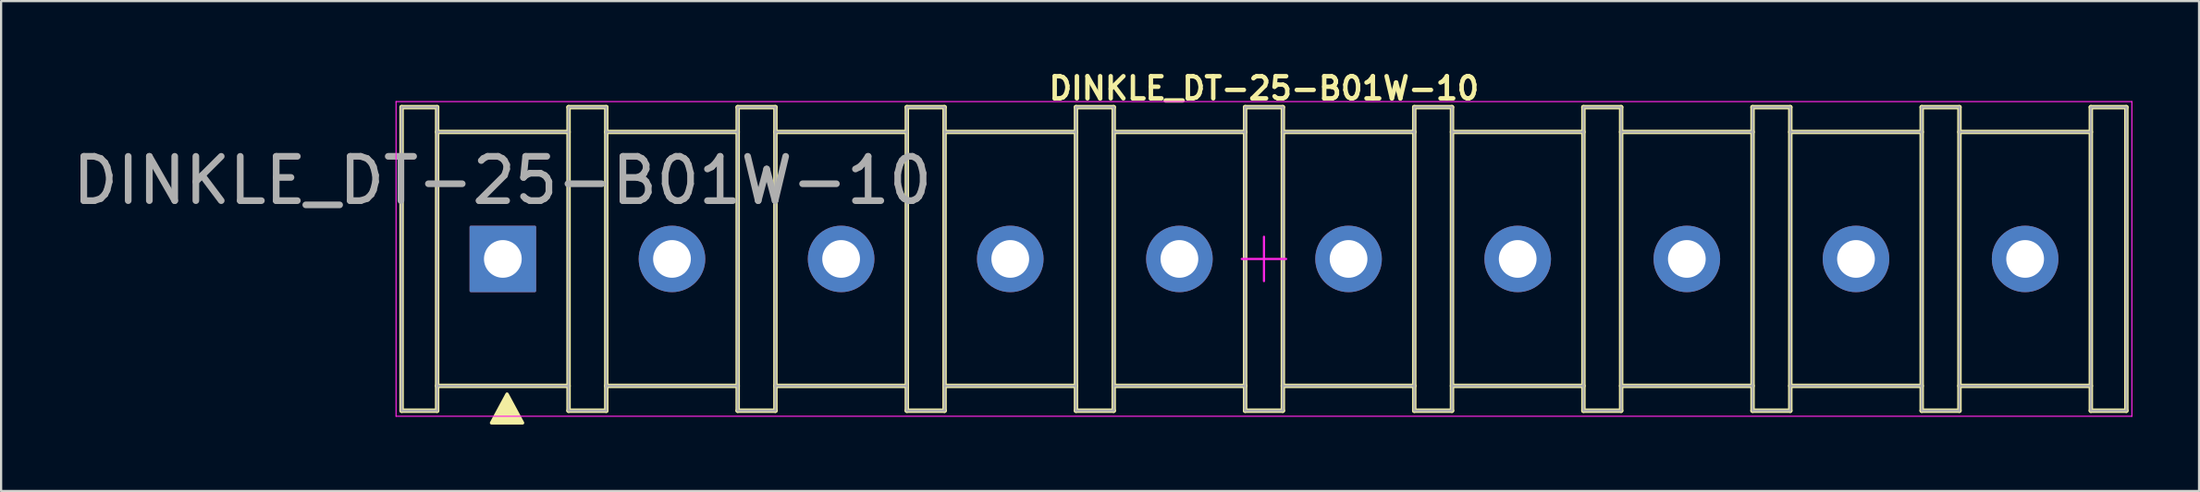
<source format=kicad_pcb>
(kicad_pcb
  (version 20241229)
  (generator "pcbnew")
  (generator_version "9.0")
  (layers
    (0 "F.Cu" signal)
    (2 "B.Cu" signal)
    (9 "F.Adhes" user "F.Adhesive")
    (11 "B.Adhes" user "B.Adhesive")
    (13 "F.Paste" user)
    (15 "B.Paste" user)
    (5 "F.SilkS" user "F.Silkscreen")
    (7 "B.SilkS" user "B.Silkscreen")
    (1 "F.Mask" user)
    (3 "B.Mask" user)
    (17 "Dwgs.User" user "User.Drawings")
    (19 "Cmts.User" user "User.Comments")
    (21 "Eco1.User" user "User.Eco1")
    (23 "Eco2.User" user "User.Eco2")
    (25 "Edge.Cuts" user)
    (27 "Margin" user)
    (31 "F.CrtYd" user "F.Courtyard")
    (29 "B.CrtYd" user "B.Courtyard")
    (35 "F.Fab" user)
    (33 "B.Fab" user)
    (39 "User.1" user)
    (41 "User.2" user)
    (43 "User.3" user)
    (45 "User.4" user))
  (footprint "DINKLE_DT-25-B01W-10"
    (layer "F.Cu")
    (at 53.893 8.636)
    (property "Reference" "DINKLE_DT-25-B01W-10" (at 0 -7.7 0) (layer "F.SilkS") (effects (font (size 1 1) (thickness 0.2))))
    (attr through_hole)
    (fp_line (start -38.85 -6.85) (end -38.85 6.85) (stroke (width 0.2) (type solid)) (layer "F.SilkS"))
    (fp_line (start -37.25 -6.85) (end -38.85 -6.85) (stroke (width 0.2) (type solid)) (layer "F.SilkS"))
    (fp_line (start -37.25 -6.85) (end -37.25 6.85) (stroke (width 0.2) (type solid)) (layer "F.SilkS"))
    (fp_line (start -37.25 -5.73) (end -31.33 -5.73) (stroke (width 0.2) (type solid)) (layer "F.SilkS"))
    (fp_line (start -37.25 5.73) (end -31.33 5.73) (stroke (width 0.2) (type solid)) (layer "F.SilkS"))
    (fp_line (start -37.25 6.85) (end -38.85 6.85) (stroke (width 0.2) (type solid)) (layer "F.SilkS"))
    (fp_line (start -31.33 -6.85) (end -31.33 6.85) (stroke (width 0.2) (type solid)) (layer "F.SilkS"))
    (fp_line (start -29.63 -6.85) (end -31.33 -6.85) (stroke (width 0.2) (type solid)) (layer "F.SilkS"))
    (fp_line (start -29.63 -6.85) (end -29.63 6.85) (stroke (width 0.2) (type solid)) (layer "F.SilkS"))
    (fp_line (start -29.63 -5.73) (end -23.71 -5.73) (stroke (width 0.2) (type solid)) (layer "F.SilkS"))
    (fp_line (start -29.63 5.73) (end -23.71 5.73) (stroke (width 0.2) (type solid)) (layer "F.SilkS"))
    (fp_line (start -29.63 6.85) (end -31.33 6.85) (stroke (width 0.2) (type solid)) (layer "F.SilkS"))
    (fp_line (start -23.71 -6.85) (end -23.71 6.85) (stroke (width 0.2) (type solid)) (layer "F.SilkS"))
    (fp_line (start -22.01 -6.85) (end -23.71 -6.85) (stroke (width 0.2) (type solid)) (layer "F.SilkS"))
    (fp_line (start -22.01 -6.85) (end -22.01 6.85) (stroke (width 0.2) (type solid)) (layer "F.SilkS"))
    (fp_line (start -22.01 -5.73) (end -16.09 -5.73) (stroke (width 0.2) (type solid)) (layer "F.SilkS"))
    (fp_line (start -22.01 5.73) (end -16.09 5.73) (stroke (width 0.2) (type solid)) (layer "F.SilkS"))
    (fp_line (start -22.01 6.85) (end -23.71 6.85) (stroke (width 0.2) (type solid)) (layer "F.SilkS"))
    (fp_line (start -16.09 -6.85) (end -16.09 6.85) (stroke (width 0.2) (type solid)) (layer "F.SilkS"))
    (fp_line (start -14.39 -6.85) (end -16.09 -6.85) (stroke (width 0.2) (type solid)) (layer "F.SilkS"))
    (fp_line (start -14.39 -6.85) (end -14.39 6.85) (stroke (width 0.2) (type solid)) (layer "F.SilkS"))
    (fp_line (start -14.39 -5.73) (end -8.47 -5.73) (stroke (width 0.2) (type solid)) (layer "F.SilkS"))
    (fp_line (start -14.39 5.73) (end -8.47 5.73) (stroke (width 0.2) (type solid)) (layer "F.SilkS"))
    (fp_line (start -14.39 6.85) (end -16.09 6.85) (stroke (width 0.2) (type solid)) (layer "F.SilkS"))
    (fp_line (start -8.47 -6.85) (end -8.47 6.85) (stroke (width 0.2) (type solid)) (layer "F.SilkS"))
    (fp_line (start -6.77 -6.85) (end -8.47 -6.85) (stroke (width 0.2) (type solid)) (layer "F.SilkS"))
    (fp_line (start -6.77 -6.85) (end -6.77 6.85) (stroke (width 0.2) (type solid)) (layer "F.SilkS"))
    (fp_line (start -6.77 -5.73) (end -0.85 -5.73) (stroke (width 0.2) (type solid)) (layer "F.SilkS"))
    (fp_line (start -6.77 5.73) (end -0.85 5.73) (stroke (width 0.2) (type solid)) (layer "F.SilkS"))
    (fp_line (start -6.77 6.85) (end -8.47 6.85) (stroke (width 0.2) (type solid)) (layer "F.SilkS"))
    (fp_line (start -0.85 -6.85) (end -0.85 6.85) (stroke (width 0.2) (type solid)) (layer "F.SilkS"))
    (fp_line (start 0.85 -6.85) (end -0.85 -6.85) (stroke (width 0.2) (type solid)) (layer "F.SilkS"))
    (fp_line (start 0.85 -6.85) (end 0.85 6.85) (stroke (width 0.2) (type solid)) (layer "F.SilkS"))
    (fp_line (start 0.85 -5.73) (end 6.77 -5.73) (stroke (width 0.2) (type solid)) (layer "F.SilkS"))
    (fp_line (start 0.85 5.73) (end 6.77 5.73) (stroke (width 0.2) (type solid)) (layer "F.SilkS"))
    (fp_line (start 0.85 6.85) (end -0.85 6.85) (stroke (width 0.2) (type solid)) (layer "F.SilkS"))
    (fp_line (start 6.77 -6.85) (end 6.77 6.85) (stroke (width 0.2) (type solid)) (layer "F.SilkS"))
    (fp_line (start 8.47 -6.85) (end 6.77 -6.85) (stroke (width 0.2) (type solid)) (layer "F.SilkS"))
    (fp_line (start 8.47 -6.85) (end 8.47 6.85) (stroke (width 0.2) (type solid)) (layer "F.SilkS"))
    (fp_line (start 8.47 -5.73) (end 14.39 -5.73) (stroke (width 0.2) (type solid)) (layer "F.SilkS"))
    (fp_line (start 8.47 5.73) (end 14.39 5.73) (stroke (width 0.2) (type solid)) (layer "F.SilkS"))
    (fp_line (start 8.47 6.85) (end 6.77 6.85) (stroke (width 0.2) (type solid)) (layer "F.SilkS"))
    (fp_line (start 14.39 -6.85) (end 14.39 6.85) (stroke (width 0.2) (type solid)) (layer "F.SilkS"))
    (fp_line (start 16.09 -6.85) (end 14.39 -6.85) (stroke (width 0.2) (type solid)) (layer "F.SilkS"))
    (fp_line (start 16.09 -6.85) (end 16.09 6.85) (stroke (width 0.2) (type solid)) (layer "F.SilkS"))
    (fp_line (start 16.09 -5.73) (end 22.01 -5.73) (stroke (width 0.2) (type solid)) (layer "F.SilkS"))
    (fp_line (start 16.09 5.73) (end 22.01 5.73) (stroke (width 0.2) (type solid)) (layer "F.SilkS"))
    (fp_line (start 16.09 6.85) (end 14.39 6.85) (stroke (width 0.2) (type solid)) (layer "F.SilkS"))
    (fp_line (start 22.01 -6.85) (end 22.01 6.85) (stroke (width 0.2) (type solid)) (layer "F.SilkS"))
    (fp_line (start 23.71 -6.85) (end 22.01 -6.85) (stroke (width 0.2) (type solid)) (layer "F.SilkS"))
    (fp_line (start 23.71 -6.85) (end 23.71 6.85) (stroke (width 0.2) (type solid)) (layer "F.SilkS"))
    (fp_line (start 23.71 6.85) (end 22.01 6.85) (stroke (width 0.2) (type solid)) (layer "F.SilkS"))
    (fp_line (start 29.63 -6.85) (end 31.33 -6.85) (stroke (width 0.2) (type solid)) (layer "F.SilkS"))
    (fp_line (start 29.63 -5.73) (end 23.71 -5.73) (stroke (width 0.2) (type solid)) (layer "F.SilkS"))
    (fp_line (start 29.63 5.73) (end 23.71 5.73) (stroke (width 0.2) (type solid)) (layer "F.SilkS"))
    (fp_line (start 29.63 6.85) (end 29.63 -6.85) (stroke (width 0.2) (type solid)) (layer "F.SilkS"))
    (fp_line (start 29.63 6.85) (end 31.33 6.85) (stroke (width 0.2) (type solid)) (layer "F.SilkS"))
    (fp_line (start 31.33 6.85) (end 31.33 -6.85) (stroke (width 0.2) (type solid)) (layer "F.SilkS"))
    (fp_line (start 37.25 -6.85) (end 38.85 -6.85) (stroke (width 0.2) (type solid)) (layer "F.SilkS"))
    (fp_line (start 37.25 -5.73) (end 31.33 -5.73) (stroke (width 0.2) (type solid)) (layer "F.SilkS"))
    (fp_line (start 37.25 5.73) (end 31.33 5.73) (stroke (width 0.2) (type solid)) (layer "F.SilkS"))
    (fp_line (start 37.25 6.85) (end 37.25 -6.85) (stroke (width 0.2) (type solid)) (layer "F.SilkS"))
    (fp_line (start 37.25 6.85) (end 38.85 6.85) (stroke (width 0.2) (type solid)) (layer "F.SilkS"))
    (fp_line (start 38.85 6.85) (end 38.85 -6.85) (stroke (width 0.2) (type solid)) (layer "F.SilkS"))
    (fp_poly (pts (xy -33.4 7.4) (xy -34.1 6.1) (xy -34.8 7.4)) (stroke (width 0.15) (type solid)) (fill yes) (layer "F.SilkS"))
    (fp_line (start -39.1 -7.1) (end 39.1 -7.1) (stroke (width 0.05) (type solid)) (layer "F.CrtYd"))
    (fp_line (start -39.1 7.1) (end -39.1 -7.1) (stroke (width 0.05) (type solid)) (layer "F.CrtYd"))
    (fp_line (start -1 0) (end 1 0) (stroke (width 0.1) (type solid)) (layer "F.CrtYd"))
    (fp_line (start 0 -1) (end 0 1) (stroke (width 0.1) (type solid)) (layer "F.CrtYd"))
    (fp_line (start 39.1 -7.1) (end 39.1 7.1) (stroke (width 0.05) (type solid)) (layer "F.CrtYd"))
    (fp_line (start 39.1 7.1) (end -39.1 7.1) (stroke (width 0.05) (type solid)) (layer "F.CrtYd"))
    (fp_line (start -38.85 -6.85) (end -38.85 6.85) (stroke (width 0.1) (type solid)) (layer "F.Fab"))
    (fp_line (start -37.25 -6.85) (end -38.85 -6.85) (stroke (width 0.1) (type solid)) (layer "F.Fab"))
    (fp_line (start -37.25 -6.85) (end -37.25 6.85) (stroke (width 0.1) (type solid)) (layer "F.Fab"))
    (fp_line (start -37.25 -5.73) (end -31.33 -5.73) (stroke (width 0.1) (type solid)) (layer "F.Fab"))
    (fp_line (start -37.25 5.73) (end -31.33 5.73) (stroke (width 0.1) (type solid)) (layer "F.Fab"))
    (fp_line (start -37.25 6.85) (end -38.85 6.85) (stroke (width 0.1) (type solid)) (layer "F.Fab"))
    (fp_line (start -31.33 -6.85) (end -31.33 6.85) (stroke (width 0.1) (type solid)) (layer "F.Fab"))
    (fp_line (start -29.63 -6.85) (end -31.33 -6.85) (stroke (width 0.1) (type solid)) (layer "F.Fab"))
    (fp_line (start -29.63 -6.85) (end -29.63 6.85) (stroke (width 0.1) (type solid)) (layer "F.Fab"))
    (fp_line (start -29.63 -5.73) (end -23.71 -5.73) (stroke (width 0.1) (type solid)) (layer "F.Fab"))
    (fp_line (start -29.63 5.73) (end -23.71 5.73) (stroke (width 0.1) (type solid)) (layer "F.Fab"))
    (fp_line (start -29.63 6.85) (end -31.33 6.85) (stroke (width 0.1) (type solid)) (layer "F.Fab"))
    (fp_line (start -23.71 -6.85) (end -23.71 6.85) (stroke (width 0.1) (type solid)) (layer "F.Fab"))
    (fp_line (start -22.01 -6.85) (end -23.71 -6.85) (stroke (width 0.1) (type solid)) (layer "F.Fab"))
    (fp_line (start -22.01 -6.85) (end -22.01 6.85) (stroke (width 0.1) (type solid)) (layer "F.Fab"))
    (fp_line (start -22.01 -5.73) (end -16.09 -5.73) (stroke (width 0.1) (type solid)) (layer "F.Fab"))
    (fp_line (start -22.01 5.73) (end -16.09 5.73) (stroke (width 0.1) (type solid)) (layer "F.Fab"))
    (fp_line (start -22.01 6.85) (end -23.71 6.85) (stroke (width 0.1) (type solid)) (layer "F.Fab"))
    (fp_line (start -16.09 -6.85) (end -16.09 6.85) (stroke (width 0.1) (type solid)) (layer "F.Fab"))
    (fp_line (start -14.39 -6.85) (end -16.09 -6.85) (stroke (width 0.1) (type solid)) (layer "F.Fab"))
    (fp_line (start -14.39 -6.85) (end -14.39 6.85) (stroke (width 0.1) (type solid)) (layer "F.Fab"))
    (fp_line (start -14.39 -5.73) (end -8.47 -5.73) (stroke (width 0.1) (type solid)) (layer "F.Fab"))
    (fp_line (start -14.39 5.73) (end -8.47 5.73) (stroke (width 0.1) (type solid)) (layer "F.Fab"))
    (fp_line (start -14.39 6.85) (end -16.09 6.85) (stroke (width 0.1) (type solid)) (layer "F.Fab"))
    (fp_line (start -8.47 -6.85) (end -8.47 6.85) (stroke (width 0.1) (type solid)) (layer "F.Fab"))
    (fp_line (start -6.77 -6.85) (end -8.47 -6.85) (stroke (width 0.1) (type solid)) (layer "F.Fab"))
    (fp_line (start -6.77 -6.85) (end -6.77 6.85) (stroke (width 0.1) (type solid)) (layer "F.Fab"))
    (fp_line (start -6.77 -5.73) (end -0.85 -5.73) (stroke (width 0.1) (type solid)) (layer "F.Fab"))
    (fp_line (start -6.77 5.73) (end -0.85 5.73) (stroke (width 0.1) (type solid)) (layer "F.Fab"))
    (fp_line (start -6.77 6.85) (end -8.47 6.85) (stroke (width 0.1) (type solid)) (layer "F.Fab"))
    (fp_line (start -0.85 -6.85) (end -0.85 6.85) (stroke (width 0.1) (type solid)) (layer "F.Fab"))
    (fp_line (start 0.85 -6.85) (end -0.85 -6.85) (stroke (width 0.1) (type solid)) (layer "F.Fab"))
    (fp_line (start 0.85 -6.85) (end 0.85 6.85) (stroke (width 0.1) (type solid)) (layer "F.Fab"))
    (fp_line (start 0.85 -5.73) (end 6.77 -5.73) (stroke (width 0.1) (type solid)) (layer "F.Fab"))
    (fp_line (start 0.85 5.73) (end 6.77 5.73) (stroke (width 0.1) (type solid)) (layer "F.Fab"))
    (fp_line (start 0.85 6.85) (end -0.85 6.85) (stroke (width 0.1) (type solid)) (layer "F.Fab"))
    (fp_line (start 6.77 -6.85) (end 6.77 6.85) (stroke (width 0.1) (type solid)) (layer "F.Fab"))
    (fp_line (start 8.47 -6.85) (end 6.77 -6.85) (stroke (width 0.1) (type solid)) (layer "F.Fab"))
    (fp_line (start 8.47 -6.85) (end 8.47 6.85) (stroke (width 0.1) (type solid)) (layer "F.Fab"))
    (fp_line (start 8.47 -5.73) (end 14.39 -5.73) (stroke (width 0.1) (type solid)) (layer "F.Fab"))
    (fp_line (start 8.47 5.73) (end 14.39 5.73) (stroke (width 0.1) (type solid)) (layer "F.Fab"))
    (fp_line (start 8.47 6.85) (end 6.77 6.85) (stroke (width 0.1) (type solid)) (layer "F.Fab"))
    (fp_line (start 14.39 -6.85) (end 14.39 6.85) (stroke (width 0.1) (type solid)) (layer "F.Fab"))
    (fp_line (start 16.09 -6.85) (end 14.39 -6.85) (stroke (width 0.1) (type solid)) (layer "F.Fab"))
    (fp_line (start 16.09 -6.85) (end 16.09 6.85) (stroke (width 0.1) (type solid)) (layer "F.Fab"))
    (fp_line (start 16.09 -5.73) (end 22.01 -5.73) (stroke (width 0.1) (type solid)) (layer "F.Fab"))
    (fp_line (start 16.09 5.73) (end 22.01 5.73) (stroke (width 0.1) (type solid)) (layer "F.Fab"))
    (fp_line (start 16.09 6.85) (end 14.39 6.85) (stroke (width 0.1) (type solid)) (layer "F.Fab"))
    (fp_line (start 22.01 -6.85) (end 22.01 6.85) (stroke (width 0.1) (type solid)) (layer "F.Fab"))
    (fp_line (start 23.71 -6.85) (end 22.01 -6.85) (stroke (width 0.1) (type solid)) (layer "F.Fab"))
    (fp_line (start 23.71 -6.85) (end 23.71 6.85) (stroke (width 0.1) (type solid)) (layer "F.Fab"))
    (fp_line (start 23.71 -5.73) (end 29.63 -5.73) (stroke (width 0.1) (type solid)) (layer "F.Fab"))
    (fp_line (start 23.71 5.73) (end 29.63 5.73) (stroke (width 0.1) (type solid)) (layer "F.Fab"))
    (fp_line (start 23.71 6.85) (end 22.01 6.85) (stroke (width 0.1) (type solid)) (layer "F.Fab"))
    (fp_line (start 29.63 -6.85) (end 29.63 6.85) (stroke (width 0.1) (type solid)) (layer "F.Fab"))
    (fp_line (start 31.33 -6.85) (end 29.63 -6.85) (stroke (width 0.1) (type solid)) (layer "F.Fab"))
    (fp_line (start 31.33 -6.85) (end 31.33 6.85) (stroke (width 0.1) (type solid)) (layer "F.Fab"))
    (fp_line (start 31.33 -5.73) (end 37.25 -5.73) (stroke (width 0.1) (type solid)) (layer "F.Fab"))
    (fp_line (start 31.33 5.73) (end 37.25 5.73) (stroke (width 0.1) (type solid)) (layer "F.Fab"))
    (fp_line (start 31.33 6.85) (end 29.63 6.85) (stroke (width 0.1) (type solid)) (layer "F.Fab"))
    (fp_line (start 37.25 -6.85) (end 37.25 6.85) (stroke (width 0.1) (type solid)) (layer "F.Fab"))
    (fp_line (start 38.85 -6.85) (end 37.25 -6.85) (stroke (width 0.1) (type solid)) (layer "F.Fab"))
    (fp_line (start 38.85 -6.85) (end 38.85 6.85) (stroke (width 0.1) (type solid)) (layer "F.Fab"))
    (fp_line (start 38.85 6.85) (end 37.25 6.85) (stroke (width 0.1) (type solid)) (layer "F.Fab"))
    (fp_text user "${REFERENCE}" (at -34.31 -3.54 0) (layer "F.Fab") (effects (font (size 2 2) (thickness 0.3))))
    (pad "1" thru_hole roundrect (at -34.29 0) (size 3 3) (drill 1.7) (layers "*.Cu" "*.Mask") (roundrect_rratio 0.02))
    (pad "2" thru_hole circle (at -26.67 0) (size 3 3) (drill 1.7) (layers "*.Cu" "*.Mask"))
    (pad "3" thru_hole circle (at -19.05 0) (size 3 3) (drill 1.7) (layers "*.Cu" "*.Mask"))
    (pad "4" thru_hole circle (at -11.43 0) (size 3 3) (drill 1.7) (layers "*.Cu" "*.Mask"))
    (pad "5" thru_hole circle (at -3.81 0) (size 3 3) (drill 1.7) (layers "*.Cu" "*.Mask"))
    (pad "6" thru_hole circle (at 3.81 0) (size 3 3) (drill 1.7) (layers "*.Cu" "*.Mask"))
    (pad "7" thru_hole circle (at 11.43 0) (size 3 3) (drill 1.7) (layers "*.Cu" "*.Mask"))
    (pad "8" thru_hole circle (at 19.05 0) (size 3 3) (drill 1.7) (layers "*.Cu" "*.Mask"))
    (pad "9" thru_hole circle (at 26.67 0) (size 3 3) (drill 1.7) (layers "*.Cu" "*.Mask"))
    (pad "10" thru_hole circle (at 34.29 0) (size 3 3) (drill 1.7) (layers "*.Cu" "*.Mask")))
  (gr_rect
    (start -3 -3)
    (end 96.018 19.111)
    (stroke (width 0.1) (type default))
    (fill no)
    (layer "Edge.Cuts")))
</source>
